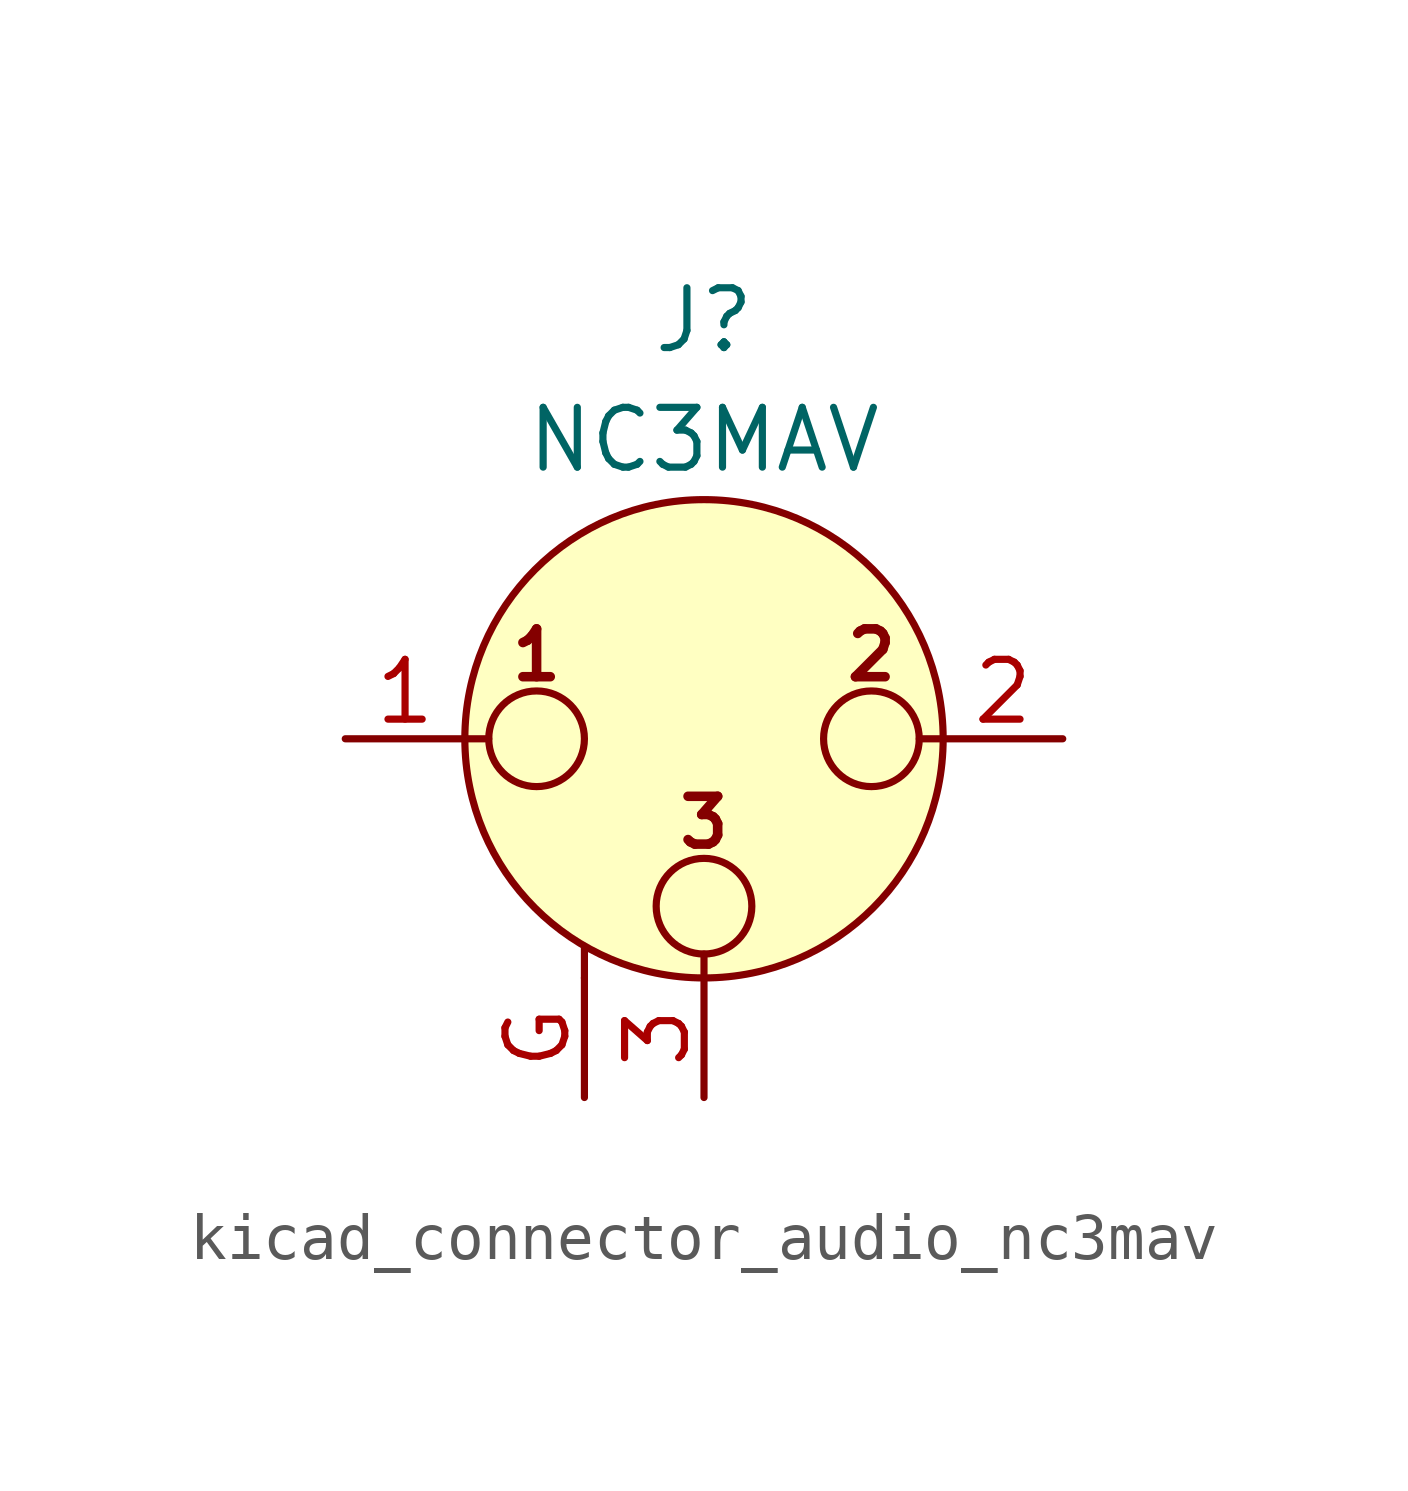
<source format=kicad_sym>
(kicad_symbol_lib
  (version 20220914)
  (generator kicad_symbol_editor)
  (symbol "kicad_connector_audio_nc3mav"
    (pin_names hide)
    (property "Reference" "J"
      (at 0 8.89 0)
      (effects (font (size 1.27 1.27))))
    (property "Value" "NC3MAV"
      (at 0 6.35 0)
      (effects (font (size 1.27 1.27))))
    (symbol "kicad_connector_audio_nc3mav_0_1"
      (circle (center -3.556 0) (radius 1.016) (stroke (width 0) (type default)) (fill (type none)))
      (circle (center 0 -3.556) (radius 1.016) (stroke (width 0) (type default)) (fill (type none)))
      (polyline (pts (xy -5.08 0) (xy -4.572 0)) (stroke (width 0) (type default)) (fill (type none)))
      (polyline (pts (xy -2.54 -5.08) (xy -2.54 -4.445)) (stroke (width 0) (type default)) (fill (type none)))
      (polyline (pts (xy 0 -5.08) (xy 0 -4.572)) (stroke (width 0) (type default)) (fill (type none)))
      (polyline (pts (xy 5.08 0) (xy 4.572 0)) (stroke (width 0) (type default)) (fill (type none)))
      (circle (center 0 0) (radius 5.08) (stroke (width 0) (type default)) (fill (type background)))
      (circle (center 3.556 0) (radius 1.016) (stroke (width 0) (type default)) (fill (type none)))
      (text "1" (at -3.556 1.778 0) (effects (font (size 1.016 1.016) bold)))
      (text "2" (at 3.556 1.778 0) (effects (font (size 1.016 1.016) bold)))
      (text "3" (at 0 -1.778 0) (effects (font (size 1.016 1.016) bold)))
      (pin passive line (at -7.62 0 0) (length 2.54) (name "~" (effects (font (size 1.27 1.27)))) (number "1" (effects (font (size 1.27 1.27)))))
      (pin passive line (at 7.62 0 180) (length 2.54) (name "~" (effects (font (size 1.27 1.27)))) (number "2" (effects (font (size 1.27 1.27)))))
      (pin passive line (at 0 -7.62 90) (length 2.54) (name "~" (effects (font (size 1.27 1.27)))) (number "3" (effects (font (size 1.27 1.27))))))
    (symbol "kicad_connector_audio_nc3mav_1_1"
      (pin passive line (at -2.54 -7.62 90) (length 2.54) (name "~" (effects (font (size 1.27 1.27)))) (number "G" (effects (font (size 1.27 1.27))))))))
</source>
